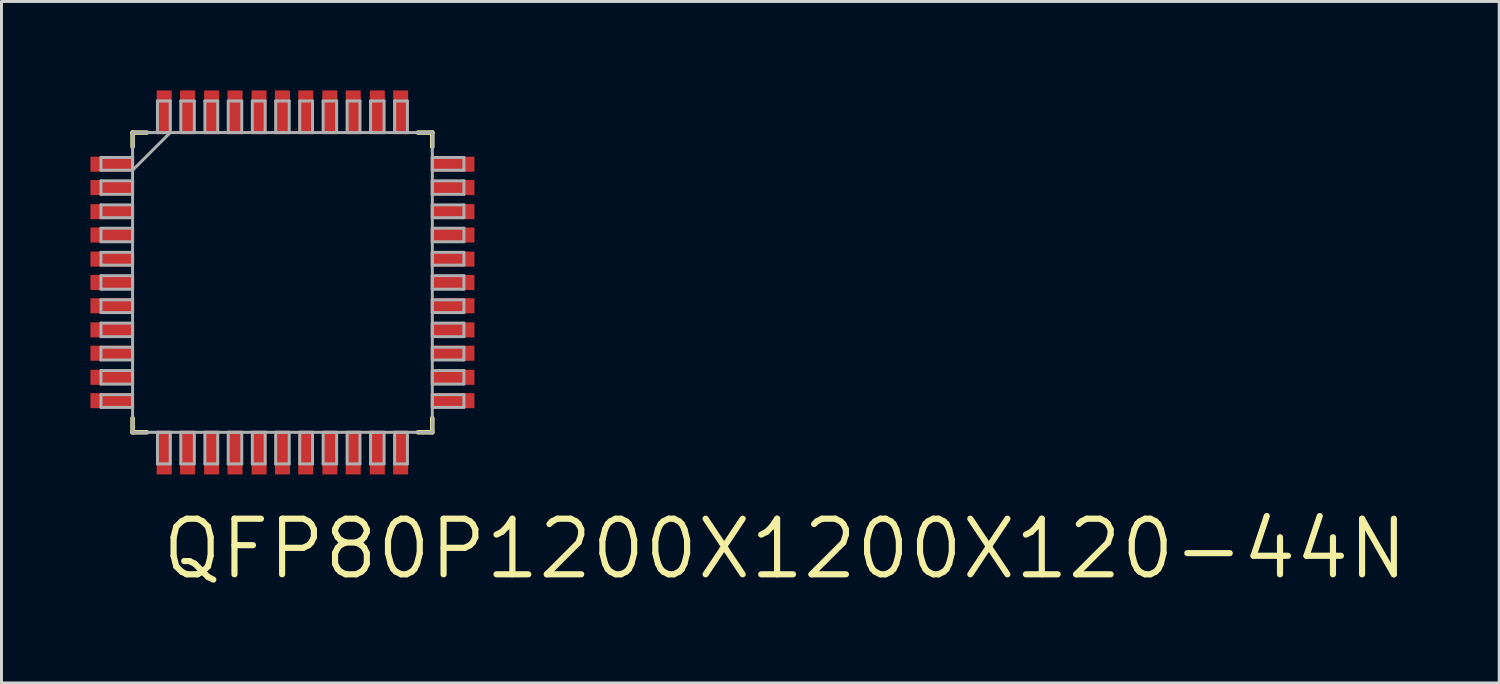
<source format=kicad_pcb>
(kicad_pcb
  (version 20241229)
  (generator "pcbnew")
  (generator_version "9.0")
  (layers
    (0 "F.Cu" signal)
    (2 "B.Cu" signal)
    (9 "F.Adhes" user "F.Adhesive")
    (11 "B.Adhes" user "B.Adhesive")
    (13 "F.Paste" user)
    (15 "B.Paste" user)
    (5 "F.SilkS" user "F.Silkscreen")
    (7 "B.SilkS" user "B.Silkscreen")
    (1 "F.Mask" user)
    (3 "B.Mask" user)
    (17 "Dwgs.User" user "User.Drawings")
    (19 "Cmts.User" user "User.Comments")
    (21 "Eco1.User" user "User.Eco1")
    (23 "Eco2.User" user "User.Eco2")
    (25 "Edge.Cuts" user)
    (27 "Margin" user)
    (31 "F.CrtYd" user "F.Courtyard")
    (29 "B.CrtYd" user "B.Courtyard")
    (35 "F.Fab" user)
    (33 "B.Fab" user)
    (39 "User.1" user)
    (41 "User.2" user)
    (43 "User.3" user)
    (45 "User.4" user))
  (footprint "QFP80P1200X1200X120-44N"
    (layer "F.Cu")
    (at 6.477 6.477)
    (property "Reference" "QFP80P1200X1200X120-44N" (at -4.166 10.085 0) (layer "F.SilkS") (effects (font (size 1.875 1.875) (thickness 0.208)) (justify left bottom)))
    (fp_line (start -5.055 -5.055) (end -5.055 -4.572) (stroke (width 0.152) (type solid)) (layer "F.SilkS"))
    (fp_line (start -5.055 4.572) (end -5.055 5.055) (stroke (width 0.152) (type solid)) (layer "F.SilkS"))
    (fp_line (start -5.055 5.055) (end -4.572 5.055) (stroke (width 0.152) (type solid)) (layer "F.SilkS"))
    (fp_line (start -4.572 -5.055) (end -5.055 -5.055) (stroke (width 0.152) (type solid)) (layer "F.SilkS"))
    (fp_line (start 4.572 5.055) (end 5.055 5.055) (stroke (width 0.152) (type solid)) (layer "F.SilkS"))
    (fp_line (start 5.055 -5.055) (end 4.572 -5.055) (stroke (width 0.152) (type solid)) (layer "F.SilkS"))
    (fp_line (start 5.055 -4.572) (end 5.055 -5.055) (stroke (width 0.152) (type solid)) (layer "F.SilkS"))
    (fp_line (start 5.055 5.055) (end 5.055 4.572) (stroke (width 0.152) (type solid)) (layer "F.SilkS"))
    (fp_line (start -6.121 -4.216) (end -6.121 -3.785) (stroke (width 0.1) (type solid)) (layer "F.Fab"))
    (fp_line (start -6.121 -3.785) (end -5.055 -3.785) (stroke (width 0.1) (type solid)) (layer "F.Fab"))
    (fp_line (start -6.121 -3.429) (end -6.121 -2.972) (stroke (width 0.1) (type solid)) (layer "F.Fab"))
    (fp_line (start -6.121 -2.972) (end -5.055 -2.972) (stroke (width 0.1) (type solid)) (layer "F.Fab"))
    (fp_line (start -6.121 -2.616) (end -6.121 -2.184) (stroke (width 0.1) (type solid)) (layer "F.Fab"))
    (fp_line (start -6.121 -2.184) (end -5.055 -2.184) (stroke (width 0.1) (type solid)) (layer "F.Fab"))
    (fp_line (start -6.121 -1.829) (end -6.121 -1.372) (stroke (width 0.1) (type solid)) (layer "F.Fab"))
    (fp_line (start -6.121 -1.372) (end -5.055 -1.372) (stroke (width 0.1) (type solid)) (layer "F.Fab"))
    (fp_line (start -6.121 -1.016) (end -6.121 -0.584) (stroke (width 0.1) (type solid)) (layer "F.Fab"))
    (fp_line (start -6.121 -0.584) (end -5.055 -0.584) (stroke (width 0.1) (type solid)) (layer "F.Fab"))
    (fp_line (start -6.121 -0.229) (end -6.121 0.229) (stroke (width 0.1) (type solid)) (layer "F.Fab"))
    (fp_line (start -6.121 0.229) (end -5.055 0.229) (stroke (width 0.1) (type solid)) (layer "F.Fab"))
    (fp_line (start -6.121 0.584) (end -6.121 1.016) (stroke (width 0.1) (type solid)) (layer "F.Fab"))
    (fp_line (start -6.121 1.016) (end -5.055 1.016) (stroke (width 0.1) (type solid)) (layer "F.Fab"))
    (fp_line (start -6.121 1.372) (end -6.121 1.829) (stroke (width 0.1) (type solid)) (layer "F.Fab"))
    (fp_line (start -6.121 1.829) (end -5.055 1.829) (stroke (width 0.1) (type solid)) (layer "F.Fab"))
    (fp_line (start -6.121 2.184) (end -6.121 2.616) (stroke (width 0.1) (type solid)) (layer "F.Fab"))
    (fp_line (start -6.121 2.616) (end -5.055 2.616) (stroke (width 0.1) (type solid)) (layer "F.Fab"))
    (fp_line (start -6.121 2.972) (end -6.121 3.429) (stroke (width 0.1) (type solid)) (layer "F.Fab"))
    (fp_line (start -6.121 3.429) (end -5.055 3.429) (stroke (width 0.1) (type solid)) (layer "F.Fab"))
    (fp_line (start -6.121 3.785) (end -6.121 4.216) (stroke (width 0.1) (type solid)) (layer "F.Fab"))
    (fp_line (start -6.121 4.216) (end -5.055 4.216) (stroke (width 0.1) (type solid)) (layer "F.Fab"))
    (fp_line (start -5.055 -5.055) (end -5.055 5.055) (stroke (width 0.1) (type solid)) (layer "F.Fab"))
    (fp_line (start -5.055 -4.216) (end -6.121 -4.216) (stroke (width 0.1) (type solid)) (layer "F.Fab"))
    (fp_line (start -5.055 -3.785) (end -5.055 -4.216) (stroke (width 0.1) (type solid)) (layer "F.Fab"))
    (fp_line (start -5.055 -3.785) (end -3.785 -5.055) (stroke (width 0.1) (type solid)) (layer "F.Fab"))
    (fp_line (start -5.055 -3.429) (end -6.121 -3.429) (stroke (width 0.1) (type solid)) (layer "F.Fab"))
    (fp_line (start -5.055 -2.972) (end -5.055 -3.429) (stroke (width 0.1) (type solid)) (layer "F.Fab"))
    (fp_line (start -5.055 -2.616) (end -6.121 -2.616) (stroke (width 0.1) (type solid)) (layer "F.Fab"))
    (fp_line (start -5.055 -2.184) (end -5.055 -2.616) (stroke (width 0.1) (type solid)) (layer "F.Fab"))
    (fp_line (start -5.055 -1.829) (end -6.121 -1.829) (stroke (width 0.1) (type solid)) (layer "F.Fab"))
    (fp_line (start -5.055 -1.372) (end -5.055 -1.829) (stroke (width 0.1) (type solid)) (layer "F.Fab"))
    (fp_line (start -5.055 -1.016) (end -6.121 -1.016) (stroke (width 0.1) (type solid)) (layer "F.Fab"))
    (fp_line (start -5.055 -0.584) (end -5.055 -1.016) (stroke (width 0.1) (type solid)) (layer "F.Fab"))
    (fp_line (start -5.055 -0.229) (end -6.121 -0.229) (stroke (width 0.1) (type solid)) (layer "F.Fab"))
    (fp_line (start -5.055 0.229) (end -5.055 -0.229) (stroke (width 0.1) (type solid)) (layer "F.Fab"))
    (fp_line (start -5.055 0.584) (end -6.121 0.584) (stroke (width 0.1) (type solid)) (layer "F.Fab"))
    (fp_line (start -5.055 1.016) (end -5.055 0.584) (stroke (width 0.1) (type solid)) (layer "F.Fab"))
    (fp_line (start -5.055 1.372) (end -6.121 1.372) (stroke (width 0.1) (type solid)) (layer "F.Fab"))
    (fp_line (start -5.055 1.829) (end -5.055 1.372) (stroke (width 0.1) (type solid)) (layer "F.Fab"))
    (fp_line (start -5.055 2.184) (end -6.121 2.184) (stroke (width 0.1) (type solid)) (layer "F.Fab"))
    (fp_line (start -5.055 2.616) (end -5.055 2.184) (stroke (width 0.1) (type solid)) (layer "F.Fab"))
    (fp_line (start -5.055 2.972) (end -6.121 2.972) (stroke (width 0.1) (type solid)) (layer "F.Fab"))
    (fp_line (start -5.055 3.429) (end -5.055 2.972) (stroke (width 0.1) (type solid)) (layer "F.Fab"))
    (fp_line (start -5.055 3.785) (end -6.121 3.785) (stroke (width 0.1) (type solid)) (layer "F.Fab"))
    (fp_line (start -5.055 4.216) (end -5.055 3.785) (stroke (width 0.1) (type solid)) (layer "F.Fab"))
    (fp_line (start -5.055 5.055) (end 5.055 5.055) (stroke (width 0.1) (type solid)) (layer "F.Fab"))
    (fp_line (start -4.216 -6.121) (end -4.216 -5.055) (stroke (width 0.1) (type solid)) (layer "F.Fab"))
    (fp_line (start -4.216 -5.055) (end -3.785 -5.055) (stroke (width 0.1) (type solid)) (layer "F.Fab"))
    (fp_line (start -4.216 5.055) (end -4.216 6.121) (stroke (width 0.1) (type solid)) (layer "F.Fab"))
    (fp_line (start -4.216 6.121) (end -3.785 6.121) (stroke (width 0.1) (type solid)) (layer "F.Fab"))
    (fp_line (start -3.785 -6.121) (end -4.216 -6.121) (stroke (width 0.1) (type solid)) (layer "F.Fab"))
    (fp_line (start -3.785 -5.055) (end -3.785 -6.121) (stroke (width 0.1) (type solid)) (layer "F.Fab"))
    (fp_line (start -3.785 5.055) (end -4.216 5.055) (stroke (width 0.1) (type solid)) (layer "F.Fab"))
    (fp_line (start -3.785 6.121) (end -3.785 5.055) (stroke (width 0.1) (type solid)) (layer "F.Fab"))
    (fp_line (start -3.429 -6.121) (end -3.429 -5.055) (stroke (width 0.1) (type solid)) (layer "F.Fab"))
    (fp_line (start -3.429 -5.055) (end -2.972 -5.055) (stroke (width 0.1) (type solid)) (layer "F.Fab"))
    (fp_line (start -3.429 5.055) (end -3.429 6.121) (stroke (width 0.1) (type solid)) (layer "F.Fab"))
    (fp_line (start -3.429 6.121) (end -2.972 6.121) (stroke (width 0.1) (type solid)) (layer "F.Fab"))
    (fp_line (start -2.972 -6.121) (end -3.429 -6.121) (stroke (width 0.1) (type solid)) (layer "F.Fab"))
    (fp_line (start -2.972 -5.055) (end -2.972 -6.121) (stroke (width 0.1) (type solid)) (layer "F.Fab"))
    (fp_line (start -2.972 5.055) (end -3.429 5.055) (stroke (width 0.1) (type solid)) (layer "F.Fab"))
    (fp_line (start -2.972 6.121) (end -2.972 5.055) (stroke (width 0.1) (type solid)) (layer "F.Fab"))
    (fp_line (start -2.616 -6.121) (end -2.616 -5.055) (stroke (width 0.1) (type solid)) (layer "F.Fab"))
    (fp_line (start -2.616 -5.055) (end -2.184 -5.055) (stroke (width 0.1) (type solid)) (layer "F.Fab"))
    (fp_line (start -2.616 5.055) (end -2.616 6.121) (stroke (width 0.1) (type solid)) (layer "F.Fab"))
    (fp_line (start -2.616 6.121) (end -2.184 6.121) (stroke (width 0.1) (type solid)) (layer "F.Fab"))
    (fp_line (start -2.184 -6.121) (end -2.616 -6.121) (stroke (width 0.1) (type solid)) (layer "F.Fab"))
    (fp_line (start -2.184 -5.055) (end -2.184 -6.121) (stroke (width 0.1) (type solid)) (layer "F.Fab"))
    (fp_line (start -2.184 5.055) (end -2.616 5.055) (stroke (width 0.1) (type solid)) (layer "F.Fab"))
    (fp_line (start -2.184 6.121) (end -2.184 5.055) (stroke (width 0.1) (type solid)) (layer "F.Fab"))
    (fp_line (start -1.829 -6.121) (end -1.829 -5.055) (stroke (width 0.1) (type solid)) (layer "F.Fab"))
    (fp_line (start -1.829 -5.055) (end -1.372 -5.055) (stroke (width 0.1) (type solid)) (layer "F.Fab"))
    (fp_line (start -1.829 5.055) (end -1.829 6.121) (stroke (width 0.1) (type solid)) (layer "F.Fab"))
    (fp_line (start -1.829 6.121) (end -1.372 6.121) (stroke (width 0.1) (type solid)) (layer "F.Fab"))
    (fp_line (start -1.372 -6.121) (end -1.829 -6.121) (stroke (width 0.1) (type solid)) (layer "F.Fab"))
    (fp_line (start -1.372 -5.055) (end -1.372 -6.121) (stroke (width 0.1) (type solid)) (layer "F.Fab"))
    (fp_line (start -1.372 5.055) (end -1.829 5.055) (stroke (width 0.1) (type solid)) (layer "F.Fab"))
    (fp_line (start -1.372 6.121) (end -1.372 5.055) (stroke (width 0.1) (type solid)) (layer "F.Fab"))
    (fp_line (start -1.016 -6.121) (end -1.016 -5.055) (stroke (width 0.1) (type solid)) (layer "F.Fab"))
    (fp_line (start -1.016 -5.055) (end -0.584 -5.055) (stroke (width 0.1) (type solid)) (layer "F.Fab"))
    (fp_line (start -1.016 5.055) (end -1.016 6.121) (stroke (width 0.1) (type solid)) (layer "F.Fab"))
    (fp_line (start -1.016 6.121) (end -0.584 6.121) (stroke (width 0.1) (type solid)) (layer "F.Fab"))
    (fp_line (start -0.584 -6.121) (end -1.016 -6.121) (stroke (width 0.1) (type solid)) (layer "F.Fab"))
    (fp_line (start -0.584 -5.055) (end -0.584 -6.121) (stroke (width 0.1) (type solid)) (layer "F.Fab"))
    (fp_line (start -0.584 5.055) (end -1.016 5.055) (stroke (width 0.1) (type solid)) (layer "F.Fab"))
    (fp_line (start -0.584 6.121) (end -0.584 5.055) (stroke (width 0.1) (type solid)) (layer "F.Fab"))
    (fp_line (start -0.229 -6.121) (end -0.229 -5.055) (stroke (width 0.1) (type solid)) (layer "F.Fab"))
    (fp_line (start -0.229 -5.055) (end 0.229 -5.055) (stroke (width 0.1) (type solid)) (layer "F.Fab"))
    (fp_line (start -0.229 5.055) (end -0.229 6.121) (stroke (width 0.1) (type solid)) (layer "F.Fab"))
    (fp_line (start -0.229 6.121) (end 0.229 6.121) (stroke (width 0.1) (type solid)) (layer "F.Fab"))
    (fp_line (start 0.229 -6.121) (end -0.229 -6.121) (stroke (width 0.1) (type solid)) (layer "F.Fab"))
    (fp_line (start 0.229 -5.055) (end 0.229 -6.121) (stroke (width 0.1) (type solid)) (layer "F.Fab"))
    (fp_line (start 0.229 5.055) (end -0.229 5.055) (stroke (width 0.1) (type solid)) (layer "F.Fab"))
    (fp_line (start 0.229 6.121) (end 0.229 5.055) (stroke (width 0.1) (type solid)) (layer "F.Fab"))
    (fp_line (start 0.584 -6.121) (end 0.584 -5.055) (stroke (width 0.1) (type solid)) (layer "F.Fab"))
    (fp_line (start 0.584 -5.055) (end 1.016 -5.055) (stroke (width 0.1) (type solid)) (layer "F.Fab"))
    (fp_line (start 0.584 5.055) (end 0.584 6.121) (stroke (width 0.1) (type solid)) (layer "F.Fab"))
    (fp_line (start 0.584 6.121) (end 1.016 6.121) (stroke (width 0.1) (type solid)) (layer "F.Fab"))
    (fp_line (start 1.016 -6.121) (end 0.584 -6.121) (stroke (width 0.1) (type solid)) (layer "F.Fab"))
    (fp_line (start 1.016 -5.055) (end 1.016 -6.121) (stroke (width 0.1) (type solid)) (layer "F.Fab"))
    (fp_line (start 1.016 5.055) (end 0.584 5.055) (stroke (width 0.1) (type solid)) (layer "F.Fab"))
    (fp_line (start 1.016 6.121) (end 1.016 5.055) (stroke (width 0.1) (type solid)) (layer "F.Fab"))
    (fp_line (start 1.372 -6.121) (end 1.372 -5.055) (stroke (width 0.1) (type solid)) (layer "F.Fab"))
    (fp_line (start 1.372 -5.055) (end 1.829 -5.055) (stroke (width 0.1) (type solid)) (layer "F.Fab"))
    (fp_line (start 1.372 5.055) (end 1.372 6.121) (stroke (width 0.1) (type solid)) (layer "F.Fab"))
    (fp_line (start 1.372 6.121) (end 1.829 6.121) (stroke (width 0.1) (type solid)) (layer "F.Fab"))
    (fp_line (start 1.829 -6.121) (end 1.372 -6.121) (stroke (width 0.1) (type solid)) (layer "F.Fab"))
    (fp_line (start 1.829 -5.055) (end 1.829 -6.121) (stroke (width 0.1) (type solid)) (layer "F.Fab"))
    (fp_line (start 1.829 5.055) (end 1.372 5.055) (stroke (width 0.1) (type solid)) (layer "F.Fab"))
    (fp_line (start 1.829 6.121) (end 1.829 5.055) (stroke (width 0.1) (type solid)) (layer "F.Fab"))
    (fp_line (start 2.184 -6.121) (end 2.184 -5.055) (stroke (width 0.1) (type solid)) (layer "F.Fab"))
    (fp_line (start 2.184 -5.055) (end 2.616 -5.055) (stroke (width 0.1) (type solid)) (layer "F.Fab"))
    (fp_line (start 2.184 5.055) (end 2.184 6.121) (stroke (width 0.1) (type solid)) (layer "F.Fab"))
    (fp_line (start 2.184 6.121) (end 2.616 6.121) (stroke (width 0.1) (type solid)) (layer "F.Fab"))
    (fp_line (start 2.616 -6.121) (end 2.184 -6.121) (stroke (width 0.1) (type solid)) (layer "F.Fab"))
    (fp_line (start 2.616 -5.055) (end 2.616 -6.121) (stroke (width 0.1) (type solid)) (layer "F.Fab"))
    (fp_line (start 2.616 5.055) (end 2.184 5.055) (stroke (width 0.1) (type solid)) (layer "F.Fab"))
    (fp_line (start 2.616 6.121) (end 2.616 5.055) (stroke (width 0.1) (type solid)) (layer "F.Fab"))
    (fp_line (start 2.972 -6.121) (end 2.972 -5.055) (stroke (width 0.1) (type solid)) (layer "F.Fab"))
    (fp_line (start 2.972 -5.055) (end 3.429 -5.055) (stroke (width 0.1) (type solid)) (layer "F.Fab"))
    (fp_line (start 2.972 5.055) (end 2.972 6.121) (stroke (width 0.1) (type solid)) (layer "F.Fab"))
    (fp_line (start 2.972 6.121) (end 3.429 6.121) (stroke (width 0.1) (type solid)) (layer "F.Fab"))
    (fp_line (start 3.429 -6.121) (end 2.972 -6.121) (stroke (width 0.1) (type solid)) (layer "F.Fab"))
    (fp_line (start 3.429 -5.055) (end 3.429 -6.121) (stroke (width 0.1) (type solid)) (layer "F.Fab"))
    (fp_line (start 3.429 5.055) (end 2.972 5.055) (stroke (width 0.1) (type solid)) (layer "F.Fab"))
    (fp_line (start 3.429 6.121) (end 3.429 5.055) (stroke (width 0.1) (type solid)) (layer "F.Fab"))
    (fp_line (start 3.785 -6.121) (end 3.785 -5.055) (stroke (width 0.1) (type solid)) (layer "F.Fab"))
    (fp_line (start 3.785 -5.055) (end 4.216 -5.055) (stroke (width 0.1) (type solid)) (layer "F.Fab"))
    (fp_line (start 3.785 5.055) (end 3.785 6.121) (stroke (width 0.1) (type solid)) (layer "F.Fab"))
    (fp_line (start 3.785 6.121) (end 4.216 6.121) (stroke (width 0.1) (type solid)) (layer "F.Fab"))
    (fp_line (start 4.216 -6.121) (end 3.785 -6.121) (stroke (width 0.1) (type solid)) (layer "F.Fab"))
    (fp_line (start 4.216 -5.055) (end 4.216 -6.121) (stroke (width 0.1) (type solid)) (layer "F.Fab"))
    (fp_line (start 4.216 5.055) (end 3.785 5.055) (stroke (width 0.1) (type solid)) (layer "F.Fab"))
    (fp_line (start 4.216 6.121) (end 4.216 5.055) (stroke (width 0.1) (type solid)) (layer "F.Fab"))
    (fp_line (start 5.055 -5.055) (end -5.055 -5.055) (stroke (width 0.1) (type solid)) (layer "F.Fab"))
    (fp_line (start 5.055 -4.216) (end 5.055 -3.785) (stroke (width 0.1) (type solid)) (layer "F.Fab"))
    (fp_line (start 5.055 -3.785) (end 6.121 -3.785) (stroke (width 0.1) (type solid)) (layer "F.Fab"))
    (fp_line (start 5.055 -3.429) (end 5.055 -2.972) (stroke (width 0.1) (type solid)) (layer "F.Fab"))
    (fp_line (start 5.055 -2.972) (end 6.121 -2.972) (stroke (width 0.1) (type solid)) (layer "F.Fab"))
    (fp_line (start 5.055 -2.616) (end 5.055 -2.184) (stroke (width 0.1) (type solid)) (layer "F.Fab"))
    (fp_line (start 5.055 -2.184) (end 6.121 -2.184) (stroke (width 0.1) (type solid)) (layer "F.Fab"))
    (fp_line (start 5.055 -1.829) (end 5.055 -1.372) (stroke (width 0.1) (type solid)) (layer "F.Fab"))
    (fp_line (start 5.055 -1.372) (end 6.121 -1.372) (stroke (width 0.1) (type solid)) (layer "F.Fab"))
    (fp_line (start 5.055 -1.016) (end 5.055 -0.584) (stroke (width 0.1) (type solid)) (layer "F.Fab"))
    (fp_line (start 5.055 -0.584) (end 6.121 -0.584) (stroke (width 0.1) (type solid)) (layer "F.Fab"))
    (fp_line (start 5.055 -0.229) (end 5.055 0.229) (stroke (width 0.1) (type solid)) (layer "F.Fab"))
    (fp_line (start 5.055 0.229) (end 6.121 0.229) (stroke (width 0.1) (type solid)) (layer "F.Fab"))
    (fp_line (start 5.055 0.584) (end 5.055 1.016) (stroke (width 0.1) (type solid)) (layer "F.Fab"))
    (fp_line (start 5.055 1.016) (end 6.121 1.016) (stroke (width 0.1) (type solid)) (layer "F.Fab"))
    (fp_line (start 5.055 1.372) (end 5.055 1.829) (stroke (width 0.1) (type solid)) (layer "F.Fab"))
    (fp_line (start 5.055 1.829) (end 6.121 1.829) (stroke (width 0.1) (type solid)) (layer "F.Fab"))
    (fp_line (start 5.055 2.184) (end 5.055 2.616) (stroke (width 0.1) (type solid)) (layer "F.Fab"))
    (fp_line (start 5.055 2.616) (end 6.121 2.616) (stroke (width 0.1) (type solid)) (layer "F.Fab"))
    (fp_line (start 5.055 2.972) (end 5.055 3.429) (stroke (width 0.1) (type solid)) (layer "F.Fab"))
    (fp_line (start 5.055 3.429) (end 6.121 3.429) (stroke (width 0.1) (type solid)) (layer "F.Fab"))
    (fp_line (start 5.055 3.785) (end 5.055 4.216) (stroke (width 0.1) (type solid)) (layer "F.Fab"))
    (fp_line (start 5.055 4.216) (end 6.121 4.216) (stroke (width 0.1) (type solid)) (layer "F.Fab"))
    (fp_line (start 5.055 5.055) (end 5.055 -5.055) (stroke (width 0.1) (type solid)) (layer "F.Fab"))
    (fp_line (start 6.121 -4.216) (end 5.055 -4.216) (stroke (width 0.1) (type solid)) (layer "F.Fab"))
    (fp_line (start 6.121 -3.785) (end 6.121 -4.216) (stroke (width 0.1) (type solid)) (layer "F.Fab"))
    (fp_line (start 6.121 -3.429) (end 5.055 -3.429) (stroke (width 0.1) (type solid)) (layer "F.Fab"))
    (fp_line (start 6.121 -2.972) (end 6.121 -3.429) (stroke (width 0.1) (type solid)) (layer "F.Fab"))
    (fp_line (start 6.121 -2.616) (end 5.055 -2.616) (stroke (width 0.1) (type solid)) (layer "F.Fab"))
    (fp_line (start 6.121 -2.184) (end 6.121 -2.616) (stroke (width 0.1) (type solid)) (layer "F.Fab"))
    (fp_line (start 6.121 -1.829) (end 5.055 -1.829) (stroke (width 0.1) (type solid)) (layer "F.Fab"))
    (fp_line (start 6.121 -1.372) (end 6.121 -1.829) (stroke (width 0.1) (type solid)) (layer "F.Fab"))
    (fp_line (start 6.121 -1.016) (end 5.055 -1.016) (stroke (width 0.1) (type solid)) (layer "F.Fab"))
    (fp_line (start 6.121 -0.584) (end 6.121 -1.016) (stroke (width 0.1) (type solid)) (layer "F.Fab"))
    (fp_line (start 6.121 -0.229) (end 5.055 -0.229) (stroke (width 0.1) (type solid)) (layer "F.Fab"))
    (fp_line (start 6.121 0.229) (end 6.121 -0.229) (stroke (width 0.1) (type solid)) (layer "F.Fab"))
    (fp_line (start 6.121 0.584) (end 5.055 0.584) (stroke (width 0.1) (type solid)) (layer "F.Fab"))
    (fp_line (start 6.121 1.016) (end 6.121 0.584) (stroke (width 0.1) (type solid)) (layer "F.Fab"))
    (fp_line (start 6.121 1.372) (end 5.055 1.372) (stroke (width 0.1) (type solid)) (layer "F.Fab"))
    (fp_line (start 6.121 1.829) (end 6.121 1.372) (stroke (width 0.1) (type solid)) (layer "F.Fab"))
    (fp_line (start 6.121 2.184) (end 5.055 2.184) (stroke (width 0.1) (type solid)) (layer "F.Fab"))
    (fp_line (start 6.121 2.616) (end 6.121 2.184) (stroke (width 0.1) (type solid)) (layer "F.Fab"))
    (fp_line (start 6.121 2.972) (end 5.055 2.972) (stroke (width 0.1) (type solid)) (layer "F.Fab"))
    (fp_line (start 6.121 3.429) (end 6.121 2.972) (stroke (width 0.1) (type solid)) (layer "F.Fab"))
    (fp_line (start 6.121 3.785) (end 5.055 3.785) (stroke (width 0.1) (type solid)) (layer "F.Fab"))
    (fp_line (start 6.121 4.216) (end 6.121 3.785) (stroke (width 0.1) (type solid)) (layer "F.Fab"))
    (pad "1" smd rect (at -5.74 -3.988 270) (size 0.508 1.473) (layers "F.Cu" "F.Mask" "F.Paste"))
    (pad "2" smd rect (at -5.74 -3.2 270) (size 0.508 1.473) (layers "F.Cu" "F.Mask" "F.Paste"))
    (pad "3" smd rect (at -5.74 -2.388 270) (size 0.508 1.473) (layers "F.Cu" "F.Mask" "F.Paste"))
    (pad "4" smd rect (at -5.74 -1.6 270) (size 0.508 1.473) (layers "F.Cu" "F.Mask" "F.Paste"))
    (pad "5" smd rect (at -5.74 -0.787 270) (size 0.508 1.473) (layers "F.Cu" "F.Mask" "F.Paste"))
    (pad "6" smd rect (at -5.74 0 270) (size 0.508 1.473) (layers "F.Cu" "F.Mask" "F.Paste"))
    (pad "7" smd rect (at -5.74 0.787 270) (size 0.508 1.473) (layers "F.Cu" "F.Mask" "F.Paste"))
    (pad "8" smd rect (at -5.74 1.6 270) (size 0.508 1.473) (layers "F.Cu" "F.Mask" "F.Paste"))
    (pad "9" smd rect (at -5.74 2.388 270) (size 0.508 1.473) (layers "F.Cu" "F.Mask" "F.Paste"))
    (pad "10" smd rect (at -5.74 3.2 270) (size 0.508 1.473) (layers "F.Cu" "F.Mask" "F.Paste"))
    (pad "11" smd rect (at -5.74 3.988 270) (size 0.508 1.473) (layers "F.Cu" "F.Mask" "F.Paste"))
    (pad "12" smd rect (at -3.988 5.74 180) (size 0.508 1.473) (layers "F.Cu" "F.Mask" "F.Paste"))
    (pad "13" smd rect (at -3.2 5.74 180) (size 0.508 1.473) (layers "F.Cu" "F.Mask" "F.Paste"))
    (pad "14" smd rect (at -2.388 5.74 180) (size 0.508 1.473) (layers "F.Cu" "F.Mask" "F.Paste"))
    (pad "15" smd rect (at -1.6 5.74 180) (size 0.508 1.473) (layers "F.Cu" "F.Mask" "F.Paste"))
    (pad "16" smd rect (at -0.787 5.74 180) (size 0.508 1.473) (layers "F.Cu" "F.Mask" "F.Paste"))
    (pad "17" smd rect (at 0 5.74 180) (size 0.508 1.473) (layers "F.Cu" "F.Mask" "F.Paste"))
    (pad "18" smd rect (at 0.787 5.74 180) (size 0.508 1.473) (layers "F.Cu" "F.Mask" "F.Paste"))
    (pad "19" smd rect (at 1.6 5.74 180) (size 0.508 1.473) (layers "F.Cu" "F.Mask" "F.Paste"))
    (pad "20" smd rect (at 2.388 5.74 180) (size 0.508 1.473) (layers "F.Cu" "F.Mask" "F.Paste"))
    (pad "21" smd rect (at 3.2 5.74 180) (size 0.508 1.473) (layers "F.Cu" "F.Mask" "F.Paste"))
    (pad "22" smd rect (at 3.988 5.74 180) (size 0.508 1.473) (layers "F.Cu" "F.Mask" "F.Paste"))
    (pad "23" smd rect (at 5.74 3.988 270) (size 0.508 1.473) (layers "F.Cu" "F.Mask" "F.Paste"))
    (pad "24" smd rect (at 5.74 3.2 270) (size 0.508 1.473) (layers "F.Cu" "F.Mask" "F.Paste"))
    (pad "25" smd rect (at 5.74 2.388 270) (size 0.508 1.473) (layers "F.Cu" "F.Mask" "F.Paste"))
    (pad "26" smd rect (at 5.74 1.6 270) (size 0.508 1.473) (layers "F.Cu" "F.Mask" "F.Paste"))
    (pad "27" smd rect (at 5.74 0.787 270) (size 0.508 1.473) (layers "F.Cu" "F.Mask" "F.Paste"))
    (pad "28" smd rect (at 5.74 0 270) (size 0.508 1.473) (layers "F.Cu" "F.Mask" "F.Paste"))
    (pad "29" smd rect (at 5.74 -0.787 270) (size 0.508 1.473) (layers "F.Cu" "F.Mask" "F.Paste"))
    (pad "30" smd rect (at 5.74 -1.6 270) (size 0.508 1.473) (layers "F.Cu" "F.Mask" "F.Paste"))
    (pad "31" smd rect (at 5.74 -2.388 270) (size 0.508 1.473) (layers "F.Cu" "F.Mask" "F.Paste"))
    (pad "32" smd rect (at 5.74 -3.2 270) (size 0.508 1.473) (layers "F.Cu" "F.Mask" "F.Paste"))
    (pad "33" smd rect (at 5.74 -3.988 270) (size 0.508 1.473) (layers "F.Cu" "F.Mask" "F.Paste"))
    (pad "34" smd rect (at 3.988 -5.74 180) (size 0.508 1.473) (layers "F.Cu" "F.Mask" "F.Paste"))
    (pad "35" smd rect (at 3.2 -5.74 180) (size 0.508 1.473) (layers "F.Cu" "F.Mask" "F.Paste"))
    (pad "36" smd rect (at 2.388 -5.74 180) (size 0.508 1.473) (layers "F.Cu" "F.Mask" "F.Paste"))
    (pad "37" smd rect (at 1.6 -5.74 180) (size 0.508 1.473) (layers "F.Cu" "F.Mask" "F.Paste"))
    (pad "38" smd rect (at 0.787 -5.74 180) (size 0.508 1.473) (layers "F.Cu" "F.Mask" "F.Paste"))
    (pad "39" smd rect (at 0 -5.74 180) (size 0.508 1.473) (layers "F.Cu" "F.Mask" "F.Paste"))
    (pad "40" smd rect (at -0.787 -5.74 180) (size 0.508 1.473) (layers "F.Cu" "F.Mask" "F.Paste"))
    (pad "41" smd rect (at -1.6 -5.74 180) (size 0.508 1.473) (layers "F.Cu" "F.Mask" "F.Paste"))
    (pad "42" smd rect (at -2.388 -5.74 180) (size 0.508 1.473) (layers "F.Cu" "F.Mask" "F.Paste"))
    (pad "43" smd rect (at -3.2 -5.74 180) (size 0.508 1.473) (layers "F.Cu" "F.Mask" "F.Paste"))
    (pad "44" smd rect (at -3.988 -5.74 180) (size 0.508 1.473) (layers "F.Cu" "F.Mask" "F.Paste")))
  (gr_rect
    (start -3 -3)
    (end 47.52 19.987)
    (stroke (width 0.1) (type default))
    (fill no)
    (layer "Edge.Cuts")))
</source>
